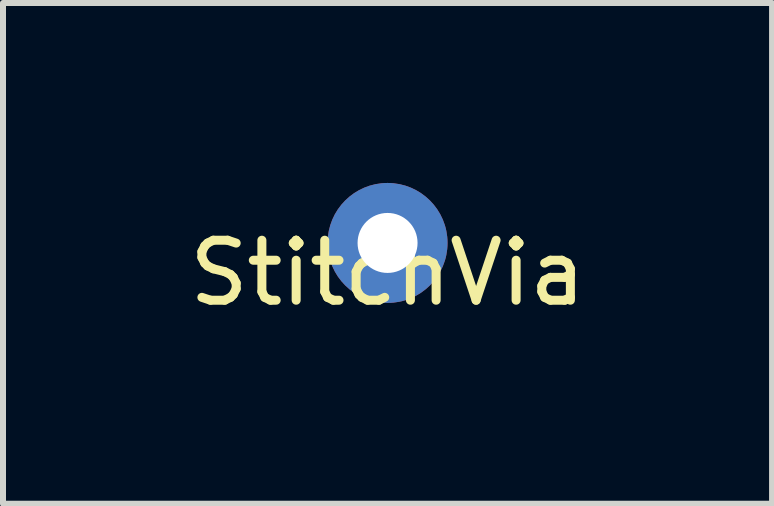
<source format=kicad_pcb>
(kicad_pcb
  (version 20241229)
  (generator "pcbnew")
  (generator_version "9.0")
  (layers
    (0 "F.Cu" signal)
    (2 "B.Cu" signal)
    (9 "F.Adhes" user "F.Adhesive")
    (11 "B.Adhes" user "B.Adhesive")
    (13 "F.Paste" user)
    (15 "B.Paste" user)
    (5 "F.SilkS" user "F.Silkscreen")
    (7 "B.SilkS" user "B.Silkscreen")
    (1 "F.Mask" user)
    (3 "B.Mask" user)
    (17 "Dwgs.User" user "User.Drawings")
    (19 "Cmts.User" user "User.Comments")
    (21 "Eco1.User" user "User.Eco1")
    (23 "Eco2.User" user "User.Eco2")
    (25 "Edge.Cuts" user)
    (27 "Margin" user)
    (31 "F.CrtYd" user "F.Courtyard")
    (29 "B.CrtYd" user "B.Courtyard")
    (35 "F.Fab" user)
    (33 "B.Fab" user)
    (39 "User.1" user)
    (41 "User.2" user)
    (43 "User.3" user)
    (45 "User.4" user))
  (footprint "StitchVia"
    (layer "F.Cu")
    (at 3.411 1)
    (property "Reference" "StitchVia" (at 0 0.5 0) (layer "F.SilkS") (effects (font (size 1 1) (thickness 0.15))))
    (attr through_hole)
    (pad "1" thru_hole circle (at 0 0) (size 2 2) (drill 1) (layers "*.Cu")))
  (gr_rect
    (start -3 -3)
    (end 9.821 5.348)
    (stroke (width 0.1) (type default))
    (fill no)
    (layer "Edge.Cuts")))
</source>
